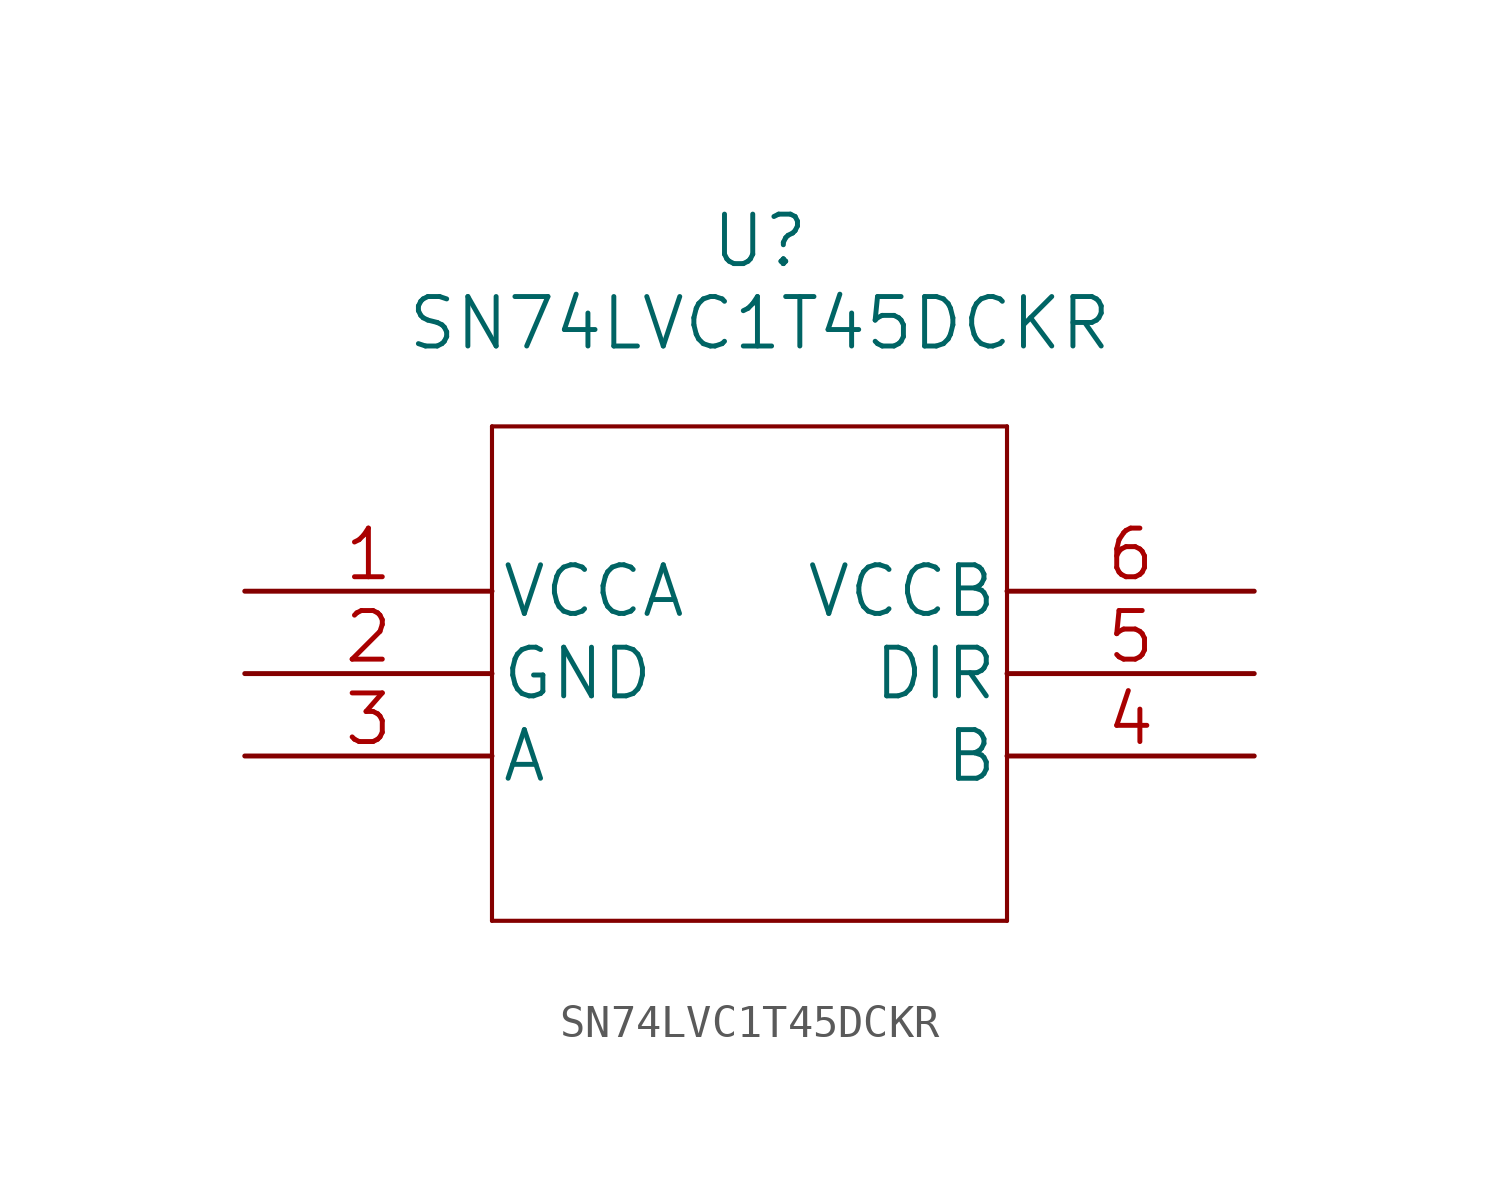
<source format=kicad_sym>
(kicad_symbol_lib
  (version 20211014)
  (generator kicad_symbol_editor)
  (symbol "SN74LVC1T45DCKR"
    (pin_names
      (offset 0.254))
    (property "Reference" "U"
      (at 15.875 10.795 0)
      (effects (font (size 1.524 1.524))))
    (property "Value" "SN74LVC1T45DCKR"
      (at 15.875 8.255 0)
      (effects (font (size 1.524 1.524))))
    (property "Datasheet" ""
      (at 0 0 0)
      (effects (font (size 1.524 1.524))))
    (property "ki_locked" ""
      (at 0 0 0)
      (effects (font (size 1.27 1.27))))
    (symbol "SN74LVC1T45DCKR_1_1"
      (polyline (pts (xy 7.62 -10.16) (xy 23.495 -10.16)) (stroke (width 0.127) (type default) (color 0 0 0 0)) (fill (type none)))
      (polyline (pts (xy 7.62 5.08) (xy 7.62 -10.16)) (stroke (width 0.127) (type default) (color 0 0 0 0)) (fill (type none)))
      (polyline (pts (xy 23.495 -10.16) (xy 23.495 5.08)) (stroke (width 0.127) (type default) (color 0 0 0 0)) (fill (type none)))
      (polyline (pts (xy 23.495 5.08) (xy 7.62 5.08)) (stroke (width 0.127) (type default) (color 0 0 0 0)) (fill (type none)))
      (pin power_in line (at 0 0 0) (length 7.62) (name "VCCA" (effects (font (size 1.499 1.499)))) (number "1" (effects (font (size 1.499 1.499)))))
      (pin power_in line (at 0 -2.54 0) (length 7.62) (name "GND" (effects (font (size 1.499 1.499)))) (number "2" (effects (font (size 1.499 1.499)))))
      (pin input line (at 0 -5.08 0) (length 7.62) (name "A" (effects (font (size 1.499 1.499)))) (number "3" (effects (font (size 1.499 1.499)))))
      (pin input line (at 31.115 -5.08 180) (length 7.62) (name "B" (effects (font (size 1.499 1.499)))) (number "4" (effects (font (size 1.499 1.499)))))
      (pin input line (at 31.115 -2.54 180) (length 7.62) (name "DIR" (effects (font (size 1.499 1.499)))) (number "5" (effects (font (size 1.499 1.499)))))
      (pin power_in line (at 31.115 0 180) (length 7.62) (name "VCCB" (effects (font (size 1.499 1.499)))) (number "6" (effects (font (size 1.499 1.499))))))))
</source>
